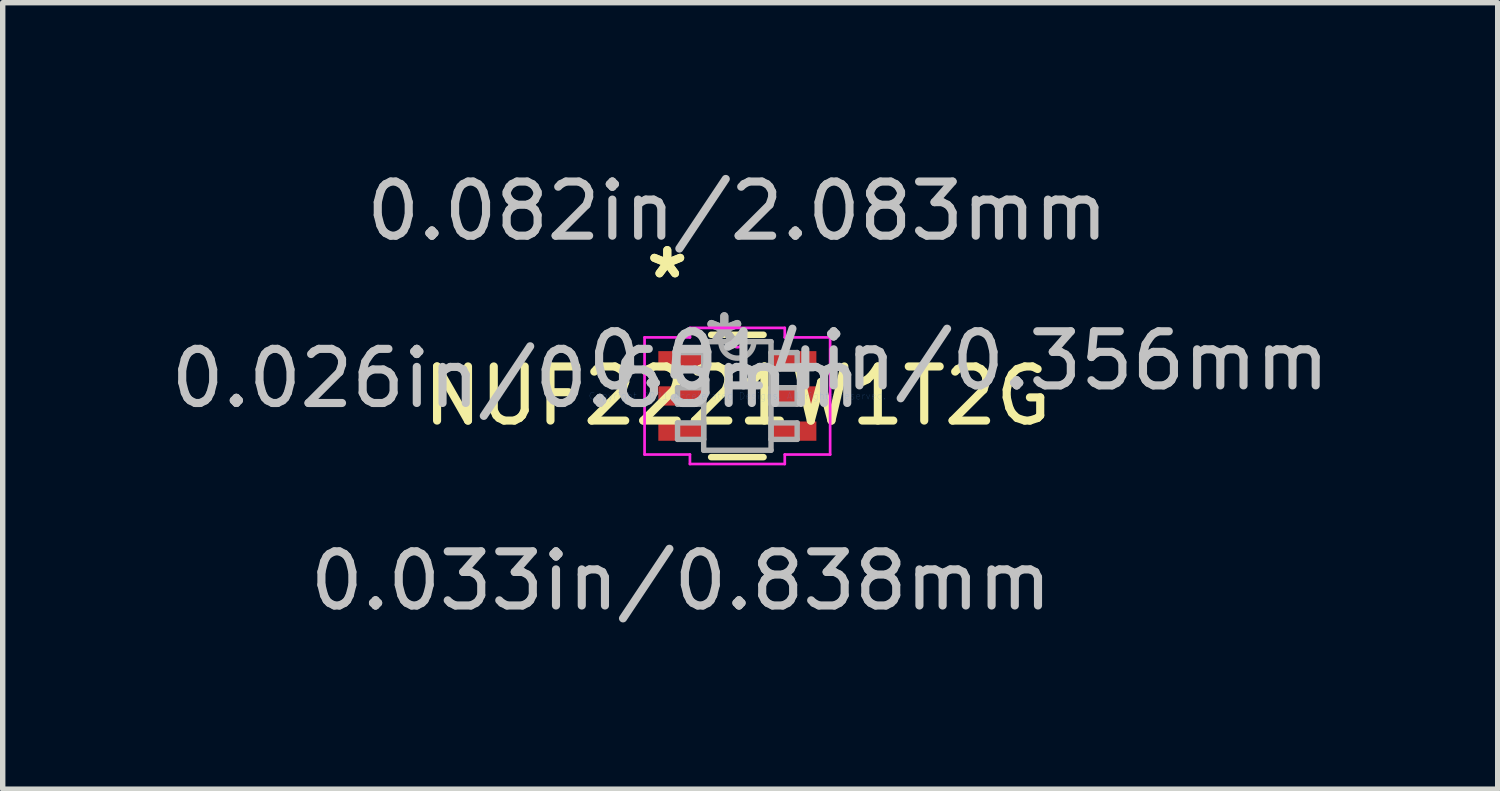
<source format=kicad_pcb>
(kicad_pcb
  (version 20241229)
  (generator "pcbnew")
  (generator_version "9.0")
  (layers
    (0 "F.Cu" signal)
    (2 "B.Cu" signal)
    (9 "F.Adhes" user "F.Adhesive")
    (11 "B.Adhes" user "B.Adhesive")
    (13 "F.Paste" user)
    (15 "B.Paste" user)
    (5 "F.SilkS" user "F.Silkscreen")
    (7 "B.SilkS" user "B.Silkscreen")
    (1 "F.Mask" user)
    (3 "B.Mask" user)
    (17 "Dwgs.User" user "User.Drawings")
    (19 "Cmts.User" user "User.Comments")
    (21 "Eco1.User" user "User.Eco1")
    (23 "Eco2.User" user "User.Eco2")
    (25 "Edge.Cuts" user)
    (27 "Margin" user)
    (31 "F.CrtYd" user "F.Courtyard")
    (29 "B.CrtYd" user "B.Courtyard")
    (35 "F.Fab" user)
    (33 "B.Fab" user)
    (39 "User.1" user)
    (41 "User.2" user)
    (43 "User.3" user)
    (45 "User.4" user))
  (footprint "NUF2221W1T2G"
    (layer "F.Cu")
    (at 10.572 4.265)
    (property "Reference" "NUF2221W1T2G" (at 0 0 0) (layer "F.SilkS") (effects (font (size 1 1) (thickness 0.15))))
    (attr through_hole)
    (fp_line (start -0.484 1.13) (end 0.484 1.13) (stroke (width 0.12) (type solid)) (layer "F.SilkS"))
    (fp_line (start 0.484 -1.13) (end -0.484 -1.13) (stroke (width 0.12) (type solid)) (layer "F.SilkS"))
    (fp_line (start -1.714 -1.082) (end -0.876 -1.082) (stroke (width 0.05) (type solid)) (layer "F.CrtYd"))
    (fp_line (start -1.714 1.082) (end -1.714 -1.082) (stroke (width 0.05) (type solid)) (layer "F.CrtYd"))
    (fp_line (start -0.876 -1.257) (end 0.876 -1.257) (stroke (width 0.05) (type solid)) (layer "F.CrtYd"))
    (fp_line (start -0.876 -1.082) (end -0.876 -1.257) (stroke (width 0.05) (type solid)) (layer "F.CrtYd"))
    (fp_line (start -0.876 1.082) (end -1.714 1.082) (stroke (width 0.05) (type solid)) (layer "F.CrtYd"))
    (fp_line (start -0.876 1.257) (end -0.876 1.082) (stroke (width 0.05) (type solid)) (layer "F.CrtYd"))
    (fp_line (start 0.876 -1.257) (end 0.876 -1.082) (stroke (width 0.05) (type solid)) (layer "F.CrtYd"))
    (fp_line (start 0.876 -1.082) (end 1.714 -1.082) (stroke (width 0.05) (type solid)) (layer "F.CrtYd"))
    (fp_line (start 0.876 1.082) (end 0.876 1.257) (stroke (width 0.05) (type solid)) (layer "F.CrtYd"))
    (fp_line (start 0.876 1.257) (end -0.876 1.257) (stroke (width 0.05) (type solid)) (layer "F.CrtYd"))
    (fp_line (start 1.714 -1.082) (end 1.714 1.082) (stroke (width 0.05) (type solid)) (layer "F.CrtYd"))
    (fp_line (start 1.714 1.082) (end 0.876 1.082) (stroke (width 0.05) (type solid)) (layer "F.CrtYd"))
    (fp_arc (start 0.103717 -1.0033) (mid 0 -0.899583) (end -0.103717 -1.0033) (stroke (width 0.05) (type solid)) (layer "F.CrtYd"))
    (fp_line (start -1.105 -0.802) (end -1.105 -0.498) (stroke (width 0.1) (type solid)) (layer "F.Fab"))
    (fp_line (start -1.105 -0.498) (end -0.622 -0.498) (stroke (width 0.1) (type solid)) (layer "F.Fab"))
    (fp_line (start -1.105 -0.152) (end -1.105 0.152) (stroke (width 0.1) (type solid)) (layer "F.Fab"))
    (fp_line (start -1.105 0.152) (end -0.622 0.152) (stroke (width 0.1) (type solid)) (layer "F.Fab"))
    (fp_line (start -1.105 0.498) (end -1.105 0.802) (stroke (width 0.1) (type solid)) (layer "F.Fab"))
    (fp_line (start -1.105 0.802) (end -0.622 0.802) (stroke (width 0.1) (type solid)) (layer "F.Fab"))
    (fp_line (start -0.622 -1.003) (end -0.622 1.003) (stroke (width 0.1) (type solid)) (layer "F.Fab"))
    (fp_line (start -0.622 -0.802) (end -1.105 -0.802) (stroke (width 0.1) (type solid)) (layer "F.Fab"))
    (fp_line (start -0.622 -0.498) (end -0.622 -0.802) (stroke (width 0.1) (type solid)) (layer "F.Fab"))
    (fp_line (start -0.622 -0.152) (end -1.105 -0.152) (stroke (width 0.1) (type solid)) (layer "F.Fab"))
    (fp_line (start -0.622 0.152) (end -0.622 -0.152) (stroke (width 0.1) (type solid)) (layer "F.Fab"))
    (fp_line (start -0.622 0.498) (end -1.105 0.498) (stroke (width 0.1) (type solid)) (layer "F.Fab"))
    (fp_line (start -0.622 0.802) (end -0.622 0.498) (stroke (width 0.1) (type solid)) (layer "F.Fab"))
    (fp_line (start -0.622 1.003) (end 0.622 1.003) (stroke (width 0.1) (type solid)) (layer "F.Fab"))
    (fp_line (start 0.622 -1.003) (end -0.622 -1.003) (stroke (width 0.1) (type solid)) (layer "F.Fab"))
    (fp_line (start 0.622 -0.802) (end 0.622 -0.498) (stroke (width 0.1) (type solid)) (layer "F.Fab"))
    (fp_line (start 0.622 -0.498) (end 1.105 -0.498) (stroke (width 0.1) (type solid)) (layer "F.Fab"))
    (fp_line (start 0.622 -0.152) (end 0.622 0.152) (stroke (width 0.1) (type solid)) (layer "F.Fab"))
    (fp_line (start 0.622 0.152) (end 1.105 0.152) (stroke (width 0.1) (type solid)) (layer "F.Fab"))
    (fp_line (start 0.622 0.498) (end 0.622 0.802) (stroke (width 0.1) (type solid)) (layer "F.Fab"))
    (fp_line (start 0.622 0.802) (end 1.105 0.802) (stroke (width 0.1) (type solid)) (layer "F.Fab"))
    (fp_line (start 0.622 1.003) (end 0.622 -1.003) (stroke (width 0.1) (type solid)) (layer "F.Fab"))
    (fp_line (start 1.105 -0.802) (end 0.622 -0.802) (stroke (width 0.1) (type solid)) (layer "F.Fab"))
    (fp_line (start 1.105 -0.498) (end 1.105 -0.802) (stroke (width 0.1) (type solid)) (layer "F.Fab"))
    (fp_line (start 1.105 -0.152) (end 0.622 -0.152) (stroke (width 0.1) (type solid)) (layer "F.Fab"))
    (fp_line (start 1.105 0.152) (end 1.105 -0.152) (stroke (width 0.1) (type solid)) (layer "F.Fab"))
    (fp_line (start 1.105 0.498) (end 0.622 0.498) (stroke (width 0.1) (type solid)) (layer "F.Fab"))
    (fp_line (start 1.105 0.802) (end 1.105 0.498) (stroke (width 0.1) (type solid)) (layer "F.Fab"))
    (fp_arc (start 0.3048 -1.0033) (mid 0 -0.6985) (end -0.3048 -1.0033) (stroke (width 0.1) (type solid)) (layer "F.Fab"))
    (fp_text user "*" (at -1.295 -2.149 0) (layer "F.SilkS") (effects (font (size 1 1) (thickness 0.15))))
    (fp_text user "*" (at -1.295 -2.149 0) (layer "F.SilkS") (effects (font (size 1 1) (thickness 0.15))))
    (fp_text user "0.014in/0.356mm" (at 4.089 -0.65 0) (layer "Dwgs.User") (effects (font (size 1 1) (thickness 0.15))))
    (fp_text user "0.026in/0.65mm" (at -4.089 -0.325 0) (layer "Dwgs.User") (effects (font (size 1 1) (thickness 0.15))))
    (fp_text user "0.082in/2.083mm" (at 0 -3.416 0) (layer "Dwgs.User") (effects (font (size 1 1) (thickness 0.15))))
    (fp_text user "0.033in/0.838mm" (at -1.041 3.416 0) (layer "Dwgs.User") (effects (font (size 1 1) (thickness 0.15))))
    (fp_text user "Copyright 2021 Accelerated Designs. All rights reserved." (at 0 0 0) (layer "Cmts.User") (effects (font (size 0.127 0.127) (thickness 0.002))))
    (fp_text user "*" (at -0.241 -0.927 0) (layer "F.Fab") (effects (font (size 1 1) (thickness 0.15))))
    (fp_text user "*" (at -0.241 -0.927 0) (layer "F.Fab") (effects (font (size 1 1) (thickness 0.15))))
    (pad "1" smd rect (at -1.041 -0.65) (size 0.838 0.356) (layers "F.Cu" "F.Mask" "F.Paste"))
    (pad "2" smd rect (at -1.041 0) (size 0.838 0.356) (layers "F.Cu" "F.Mask" "F.Paste"))
    (pad "3" smd rect (at -1.041 0.65) (size 0.838 0.356) (layers "F.Cu" "F.Mask" "F.Paste"))
    (pad "4" smd rect (at 1.041 0.65) (size 0.838 0.356) (layers "F.Cu" "F.Mask" "F.Paste"))
    (pad "5" smd rect (at 1.041 0) (size 0.838 0.356) (layers "F.Cu" "F.Mask" "F.Paste"))
    (pad "6" smd rect (at 1.041 -0.65) (size 0.838 0.356) (layers "F.Cu" "F.Mask" "F.Paste")))
  (gr_rect
    (start -3 -3)
    (end 24.619 11.529)
    (stroke (width 0.1) (type default))
    (fill no)
    (layer "Edge.Cuts")))
</source>
